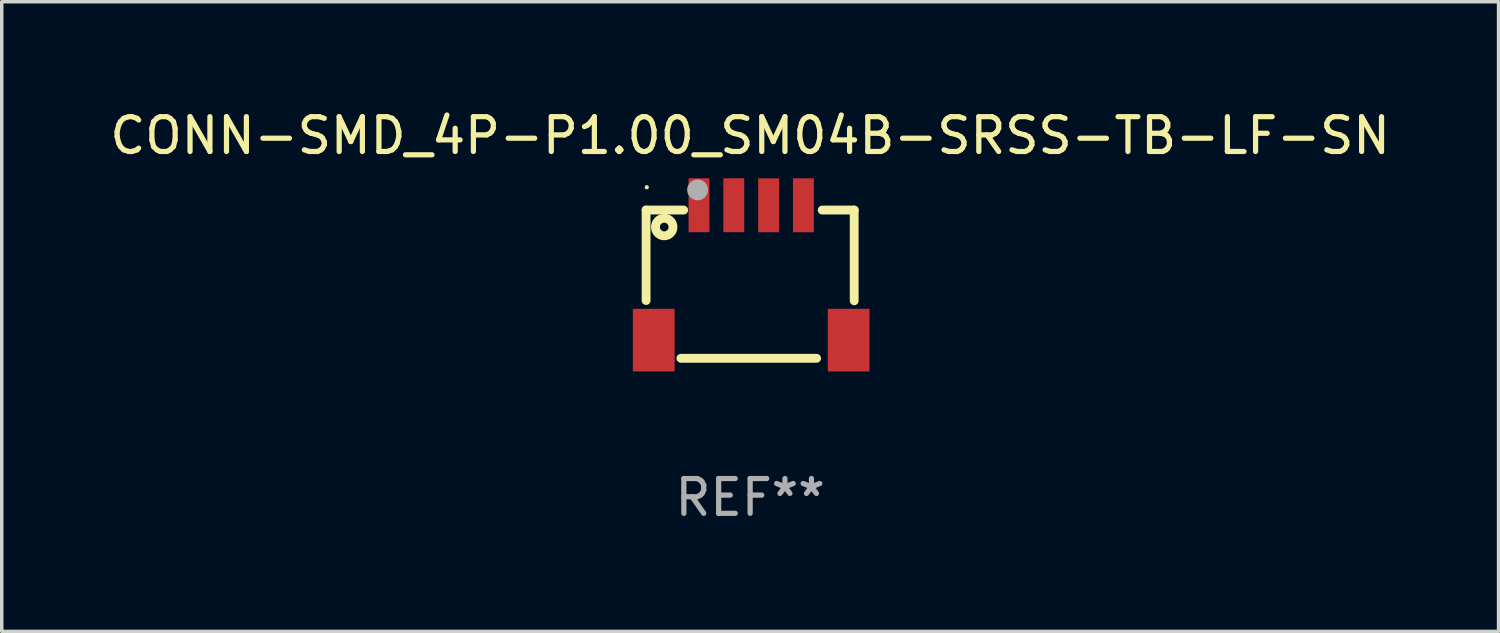
<source format=kicad_pcb>
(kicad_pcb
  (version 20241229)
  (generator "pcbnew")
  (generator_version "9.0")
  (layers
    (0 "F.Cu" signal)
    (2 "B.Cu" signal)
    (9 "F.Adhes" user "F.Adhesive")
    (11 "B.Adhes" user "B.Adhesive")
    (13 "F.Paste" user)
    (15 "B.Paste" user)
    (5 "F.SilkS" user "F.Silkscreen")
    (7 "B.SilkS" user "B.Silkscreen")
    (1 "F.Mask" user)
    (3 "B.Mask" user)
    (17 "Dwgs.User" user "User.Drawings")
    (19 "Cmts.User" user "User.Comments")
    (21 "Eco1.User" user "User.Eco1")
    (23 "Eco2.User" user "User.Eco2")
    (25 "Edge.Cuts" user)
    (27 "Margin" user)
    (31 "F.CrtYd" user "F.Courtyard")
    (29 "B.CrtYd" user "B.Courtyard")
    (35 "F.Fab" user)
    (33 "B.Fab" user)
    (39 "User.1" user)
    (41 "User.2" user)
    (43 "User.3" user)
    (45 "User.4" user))
  (footprint "CONN-SMD_4P-P1.00_SM04B-SRSS-TB-LF-SN"
    (layer "F.Cu")
    (at 18.506 5.047)
    (property "Reference" "CONN-SMD_4P-P1.00_SM04B-SRSS-TB-LF-SN" (at 0 -4.199 0) (layer "F.SilkS") (effects (font (size 1 1) (thickness 0.15))))
    (attr through_hole)
    (fp_line (start -2.99 -2.061) (end -2.99 0.539) (stroke (width 0.254) (type solid)) (layer "F.SilkS"))
    (fp_line (start -1.99 2.199) (end 1.91 2.199) (stroke (width 0.254) (type solid)) (layer "F.SilkS"))
    (fp_line (start -1.91 -2.061) (end -2.99 -2.061) (stroke (width 0.254) (type solid)) (layer "F.SilkS"))
    (fp_line (start 2.07 -2.061) (end 2.99 -2.061) (stroke (width 0.254) (type solid)) (layer "F.SilkS"))
    (fp_line (start 2.99 -2.061) (end 2.99 0.546) (stroke (width 0.254) (type solid)) (layer "F.SilkS"))
    (fp_circle (center -2.97 -2.716) (end -2.94 -2.716) (stroke (width 0.06) (type solid)) (fill no) (layer "F.SilkS"))
    (fp_circle (center -2.469 -1.573) (end -2.344 -1.573) (stroke (width 0.254) (type solid)) (fill no) (layer "F.SilkS"))
    (fp_circle (center -1.51 -2.641) (end -1.36 -2.641) (stroke (width 0.3) (type solid)) (fill no) (layer "F.Fab"))
    (fp_text user "REF**" (at 0 6.199 0) (layer "F.Fab") (effects (font (size 1 1) (thickness 0.15))))
    (pad "1" smd rect (at -1.47 -2.199) (size 0.6 1.55) (layers "F.Cu" "F.Mask" "F.Paste"))
    (pad "2" smd rect (at -0.47 -2.199) (size 0.6 1.55) (layers "F.Cu" "F.Mask" "F.Paste"))
    (pad "3" smd rect (at 0.53 -2.198) (size 0.6 1.55) (layers "F.Cu" "F.Mask" "F.Paste"))
    (pad "4" smd rect (at 1.53 -2.198) (size 0.6 1.55) (layers "F.Cu" "F.Mask" "F.Paste"))
    (pad "5" smd rect (at 2.83 1.677) (size 1.2 1.8) (layers "F.Cu" "F.Mask" "F.Paste"))
    (pad "6" smd rect (at -2.77 1.677) (size 1.2 1.8) (layers "F.Cu" "F.Mask" "F.Paste")))
  (gr_rect
    (start -3 -3)
    (end 40.012 15.094)
    (stroke (width 0.1) (type default))
    (fill no)
    (layer "Edge.Cuts")))
</source>
